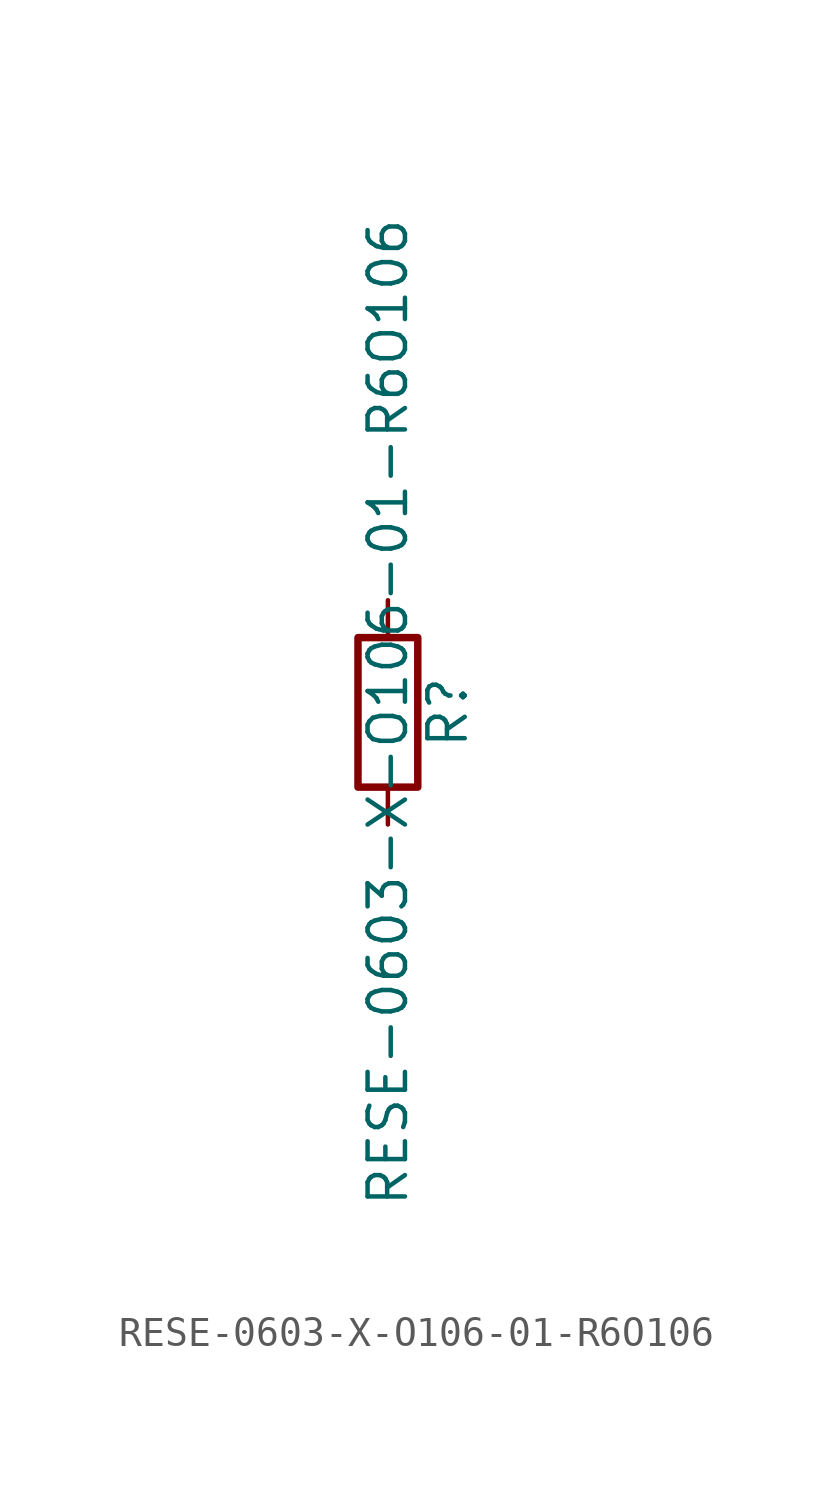
<source format=kicad_sym>
(kicad_symbol_lib
  (version 20211014)
  (generator kicad_symbol_editor)
  (symbol "RESE-0603-X-O106-01-R6O106"
    (pin_numbers hide)
    (pin_names
      (offset 0))
    (property "Reference" "R"
      (at 2.032 0 90)
      (effects (font (size 1.27 1.27))))
    (property "Value" "RESE-0603-X-O106-01-R6O106"
      (at 0 0 90)
      (effects (font (size 1.27 1.27))))
    (symbol "RESE-0603-X-O106-01-R6O106_0_1"
      (rectangle (start -1.016 -2.54) (end 1.016 2.54) (stroke (width 0.254) (type default) (color 0 0 0 0)) (fill (type none))))
    (symbol "RESE-0603-X-O106-01-R6O106_1_1"
      (pin passive line (at 0 3.81 270) (length 1.27) (name "~" (effects (font (size 1.27 1.27)))) (number "1" (effects (font (size 1.27 1.27)))))
      (pin passive line (at 0 -3.81 90) (length 1.27) (name "~" (effects (font (size 1.27 1.27)))) (number "2" (effects (font (size 1.27 1.27))))))))
</source>
